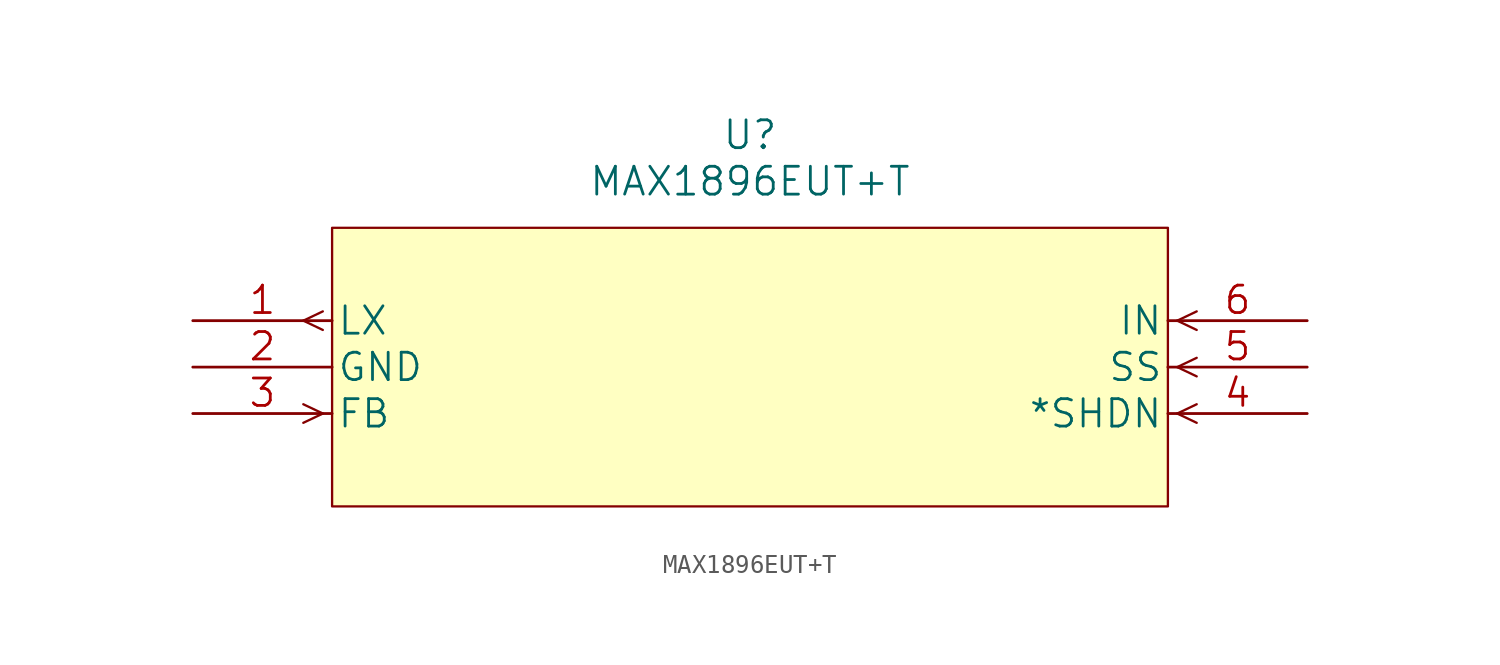
<source format=kicad_sym>
(kicad_symbol_lib
  (version 20211014)
  (generator kicad_symbol_editor)
  (symbol "MAX1896EUT+T"
    (pin_names
      (offset 0.254))
    (property "Reference" "U"
      (at 30.48 10.16 0)
      (effects (font (size 1.524 1.524))))
    (property "Value" "MAX1896EUT+T"
      (at 30.48 7.62 0)
      (effects (font (size 1.524 1.524))))
    (property "Datasheet" ""
      (at 0 0 0)
      (effects (font (size 1.524 1.524))))
    (property "ki_locked" ""
      (at 0 0 0)
      (effects (font (size 1.27 1.27))))
    (symbol "MAX1896EUT+T_1_1"
      (polyline (pts (xy 7.112 -5.08) (xy 6.045 -5.588)) (stroke (width 0.127) (type default) (color 0 0 0 0)) (fill (type none)))
      (polyline (pts (xy 7.112 -5.08) (xy 6.045 -4.572)) (stroke (width 0.127) (type default) (color 0 0 0 0)) (fill (type none)))
      (polyline (pts (xy 7.112 -0.508) (xy 6.045 0)) (stroke (width 0.127) (type default) (color 0 0 0 0)) (fill (type none)))
      (polyline (pts (xy 7.112 0.508) (xy 6.045 0)) (stroke (width 0.127) (type default) (color 0 0 0 0)) (fill (type none)))
      (polyline (pts (xy 53.848 -5.08) (xy 54.915 -5.588)) (stroke (width 0.127) (type default) (color 0 0 0 0)) (fill (type none)))
      (polyline (pts (xy 53.848 -5.08) (xy 54.915 -4.572)) (stroke (width 0.127) (type default) (color 0 0 0 0)) (fill (type none)))
      (polyline (pts (xy 53.848 -2.54) (xy 54.915 -3.048)) (stroke (width 0.127) (type default) (color 0 0 0 0)) (fill (type none)))
      (polyline (pts (xy 53.848 -2.54) (xy 54.915 -2.032)) (stroke (width 0.127) (type default) (color 0 0 0 0)) (fill (type none)))
      (polyline (pts (xy 53.848 0) (xy 54.915 -0.508)) (stroke (width 0.127) (type default) (color 0 0 0 0)) (fill (type none)))
      (polyline (pts (xy 53.848 0) (xy 54.915 0.508)) (stroke (width 0.127) (type default) (color 0 0 0 0)) (fill (type none)))
      (rectangle (start 7.62 -10.16) (end 53.34 5.08) (stroke (width 0.127) (type default) (color 0 0 0 0)) (fill (type background)))
      (pin output line (at 0 0 0) (length 7.62) (name "LX" (effects (font (size 1.499 1.499)))) (number "1" (effects (font (size 1.499 1.499)))))
      (pin power_in line (at 0 -2.54 0) (length 7.62) (name "GND" (effects (font (size 1.499 1.499)))) (number "2" (effects (font (size 1.499 1.499)))))
      (pin input line (at 0 -5.08 0) (length 7.62) (name "FB" (effects (font (size 1.499 1.499)))) (number "3" (effects (font (size 1.499 1.499)))))
      (pin input line (at 60.96 -5.08 180) (length 7.62) (name "*SHDN" (effects (font (size 1.499 1.499)))) (number "4" (effects (font (size 1.499 1.499)))))
      (pin input line (at 60.96 -2.54 180) (length 7.62) (name "SS" (effects (font (size 1.499 1.499)))) (number "5" (effects (font (size 1.499 1.499)))))
      (pin input line (at 60.96 0 180) (length 7.62) (name "IN" (effects (font (size 1.499 1.499)))) (number "6" (effects (font (size 1.499 1.499))))))))
</source>
